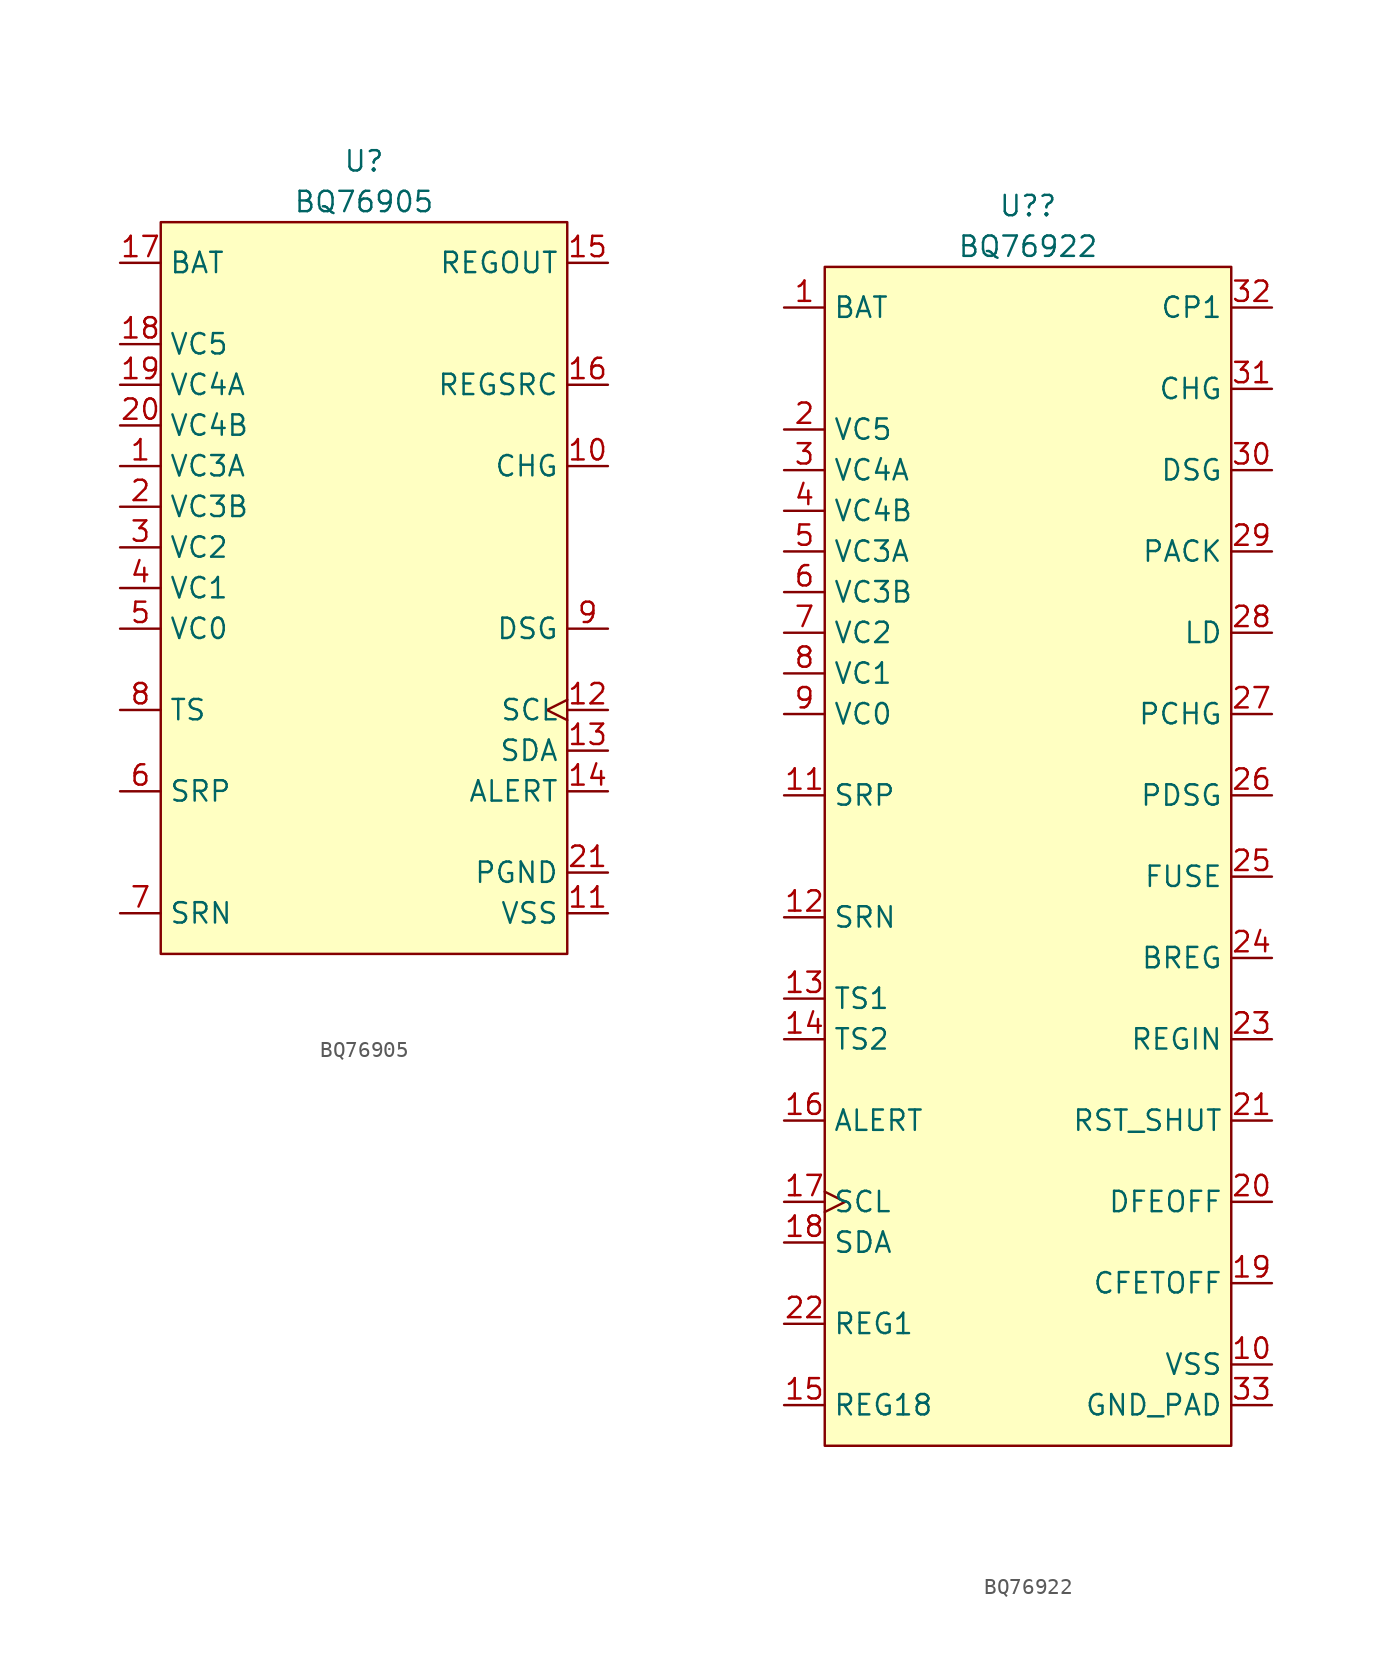
<source format=kicad_sym>
(kicad_symbol_lib
  (version 20241209)
  (generator "kicad_symbol_editor")
  (generator_version "9.0")
  (symbol "BQ76905"
    (property "Reference" "U"
      (at 0 26.67 0)
      (do_not_autoplace)
      (effects (font (size 1.27 1.27))))
    (property "Value" "BQ76905"
      (at 0 24.13 0)
      (do_not_autoplace)
      (effects (font (size 1.27 1.27))))
    (symbol "BQ76905_0_0"
      (pin power_out line (at -15.24 20.32 0) (length 2.54) (name "BAT" (effects (font (size 1.27 1.27)))) (number "17" (effects (font (size 1.27 1.27)))))
      (pin input line (at -15.24 15.24 0) (length 2.54) (name "VC5" (effects (font (size 1.27 1.27)))) (number "18" (effects (font (size 1.27 1.27)))))
      (pin input line (at -15.24 12.7 0) (length 2.54) (name "VC4A" (effects (font (size 1.27 1.27)))) (number "19" (effects (font (size 1.27 1.27)))))
      (pin input line (at -15.24 10.16 0) (length 2.54) (name "VC4B" (effects (font (size 1.27 1.27)))) (number "20" (effects (font (size 1.27 1.27)))))
      (pin input line (at -15.24 7.62 0) (length 2.54) (name "VC3A" (effects (font (size 1.27 1.27)))) (number "1" (effects (font (size 1.27 1.27)))))
      (pin input line (at -15.24 5.08 0) (length 2.54) (name "VC3B" (effects (font (size 1.27 1.27)))) (number "2" (effects (font (size 1.27 1.27)))))
      (pin input line (at -15.24 2.54 0) (length 2.54) (name "VC2" (effects (font (size 1.27 1.27)))) (number "3" (effects (font (size 1.27 1.27)))))
      (pin input line (at -15.24 0 0) (length 2.54) (name "VC1" (effects (font (size 1.27 1.27)))) (number "4" (effects (font (size 1.27 1.27)))))
      (pin input line (at -15.24 -2.54 0) (length 2.54) (name "VC0" (effects (font (size 1.27 1.27)))) (number "5" (effects (font (size 1.27 1.27)))))
      (pin bidirectional line (at -15.24 -7.62 0) (length 2.54) (name "TS" (effects (font (size 1.27 1.27)))) (number "8" (effects (font (size 1.27 1.27)))))
      (pin input line (at -15.24 -12.7 0) (length 2.54) (name "SRP" (effects (font (size 1.27 1.27)))) (number "6" (effects (font (size 1.27 1.27)))))
      (pin input line (at -15.24 -20.32 0) (length 2.54) (name "SRN" (effects (font (size 1.27 1.27)))) (number "7" (effects (font (size 1.27 1.27)))))
      (pin power_out line (at 15.24 20.32 180) (length 2.54) (name "REGOUT" (effects (font (size 1.27 1.27)))) (number "15" (effects (font (size 1.27 1.27)))))
      (pin input line (at 15.24 12.7 180) (length 2.54) (name "REGSRC" (effects (font (size 1.27 1.27)))) (number "16" (effects (font (size 1.27 1.27)))))
      (pin output line (at 15.24 7.62 180) (length 2.54) (name "CHG" (effects (font (size 1.27 1.27)))) (number "10" (effects (font (size 1.27 1.27)))))
      (pin output line (at 15.24 -2.54 180) (length 2.54) (name "DSG" (effects (font (size 1.27 1.27)))) (number "9" (effects (font (size 1.27 1.27)))))
      (pin input clock (at 15.24 -7.62 180) (length 2.54) (name "SCL" (effects (font (size 1.27 1.27)))) (number "12" (effects (font (size 1.27 1.27)))))
      (pin bidirectional line (at 15.24 -10.16 180) (length 2.54) (name "SDA" (effects (font (size 1.27 1.27)))) (number "13" (effects (font (size 1.27 1.27)))))
      (pin output line (at 15.24 -12.7 180) (length 2.54) (name "ALERT" (effects (font (size 1.27 1.27)))) (number "14" (effects (font (size 1.27 1.27)))))
      (pin passive line (at 15.24 -20.32 180) (length 2.54) (name "VSS" (effects (font (size 1.27 1.27)))) (number "11" (effects (font (size 1.27 1.27))))))
    (symbol "BQ76905_1_1"
      (rectangle (start -12.7 22.86) (end 12.7 -22.86) (stroke (width 0) (type default)) (fill (type background)))
      (pin passive line (at 15.24 -17.78 180) (length 2.54) (name "PGND" (effects (font (size 1.27 1.27)))) (number "21" (effects (font (size 1.27 1.27)))))))
  (symbol "BQ76922"
    (property "Reference" "U?"
      (at 0 40.64 0)
      (do_not_autoplace)
      (effects (font (size 1.27 1.27))))
    (property "Value" "BQ76922"
      (at 0 38.1 0)
      (do_not_autoplace)
      (effects (font (size 1.27 1.27))))
    (symbol "BQ76922_0_0"
      (pin power_in line (at -15.24 34.29 0) (length 2.54) (name "BAT" (effects (font (size 1.27 1.27)))) (number "1" (effects (font (size 1.27 1.27)))))
      (pin input line (at -15.24 26.67 0) (length 2.54) (name "VC5" (effects (font (size 1.27 1.27)))) (number "2" (effects (font (size 1.27 1.27)))))
      (pin input line (at -15.24 24.13 0) (length 2.54) (name "VC4A" (effects (font (size 1.27 1.27)))) (number "3" (effects (font (size 1.27 1.27)))))
      (pin input line (at -15.24 21.59 0) (length 2.54) (name "VC4B" (effects (font (size 1.27 1.27)))) (number "4" (effects (font (size 1.27 1.27)))))
      (pin input line (at -15.24 19.05 0) (length 2.54) (name "VC3A" (effects (font (size 1.27 1.27)))) (number "5" (effects (font (size 1.27 1.27)))))
      (pin input line (at -15.24 16.51 0) (length 2.54) (name "VC3B" (effects (font (size 1.27 1.27)))) (number "6" (effects (font (size 1.27 1.27)))))
      (pin input line (at -15.24 13.97 0) (length 2.54) (name "VC2" (effects (font (size 1.27 1.27)))) (number "7" (effects (font (size 1.27 1.27)))))
      (pin input line (at -15.24 11.43 0) (length 2.54) (name "VC1" (effects (font (size 1.27 1.27)))) (number "8" (effects (font (size 1.27 1.27)))))
      (pin input line (at -15.24 8.89 0) (length 2.54) (name "VC0" (effects (font (size 1.27 1.27)))) (number "9" (effects (font (size 1.27 1.27)))))
      (pin input line (at -15.24 3.81 0) (length 2.54) (name "SRP" (effects (font (size 1.27 1.27)))) (number "11" (effects (font (size 1.27 1.27)))))
      (pin input line (at -15.24 -3.81 0) (length 2.54) (name "SRN" (effects (font (size 1.27 1.27)))) (number "12" (effects (font (size 1.27 1.27)))))
      (pin input line (at -15.24 -8.89 0) (length 2.54) (name "TS1" (effects (font (size 1.27 1.27)))) (number "13" (effects (font (size 1.27 1.27)))))
      (pin input line (at -15.24 -11.43 0) (length 2.54) (name "TS2" (effects (font (size 1.27 1.27)))) (number "14" (effects (font (size 1.27 1.27)))))
      (pin input line (at -15.24 -16.51 0) (length 2.54) (name "ALERT" (effects (font (size 1.27 1.27)))) (number "16" (effects (font (size 1.27 1.27)))))
      (pin bidirectional clock (at -15.24 -21.59 0) (length 2.54) (name "SCL" (effects (font (size 1.27 1.27)))) (number "17" (effects (font (size 1.27 1.27)))))
      (pin bidirectional line (at -15.24 -24.13 0) (length 2.54) (name "SDA" (effects (font (size 1.27 1.27)))) (number "18" (effects (font (size 1.27 1.27)))))
      (pin output line (at -15.24 -29.21 0) (length 2.54) (name "REG1" (effects (font (size 1.27 1.27)))) (number "22" (effects (font (size 1.27 1.27)))))
      (pin power_out line (at -15.24 -34.29 0) (length 2.54) (name "REG18" (effects (font (size 1.27 1.27)))) (number "15" (effects (font (size 1.27 1.27)))))
      (pin bidirectional line (at 15.24 34.29 180) (length 2.54) (name "CP1" (effects (font (size 1.27 1.27)))) (number "32" (effects (font (size 1.27 1.27)))))
      (pin output line (at 15.24 29.21 180) (length 2.54) (name "CHG" (effects (font (size 1.27 1.27)))) (number "31" (effects (font (size 1.27 1.27)))))
      (pin output line (at 15.24 24.13 180) (length 2.54) (name "DSG" (effects (font (size 1.27 1.27)))) (number "30" (effects (font (size 1.27 1.27)))))
      (pin input line (at 15.24 19.05 180) (length 2.54) (name "PACK" (effects (font (size 1.27 1.27)))) (number "29" (effects (font (size 1.27 1.27)))))
      (pin bidirectional line (at 15.24 13.97 180) (length 2.54) (name "LD" (effects (font (size 1.27 1.27)))) (number "28" (effects (font (size 1.27 1.27)))))
      (pin output line (at 15.24 8.89 180) (length 2.54) (name "PCHG" (effects (font (size 1.27 1.27)))) (number "27" (effects (font (size 1.27 1.27)))))
      (pin output line (at 15.24 3.81 180) (length 2.54) (name "PDSG" (effects (font (size 1.27 1.27)))) (number "26" (effects (font (size 1.27 1.27)))))
      (pin bidirectional line (at 15.24 -1.27 180) (length 2.54) (name "FUSE" (effects (font (size 1.27 1.27)))) (number "25" (effects (font (size 1.27 1.27)))))
      (pin output line (at 15.24 -6.35 180) (length 2.54) (name "BREG" (effects (font (size 1.27 1.27)))) (number "24" (effects (font (size 1.27 1.27)))))
      (pin input line (at 15.24 -11.43 180) (length 2.54) (name "REGIN" (effects (font (size 1.27 1.27)))) (number "23" (effects (font (size 1.27 1.27)))))
      (pin input line (at 15.24 -16.51 180) (length 2.54) (name "RST_SHUT" (effects (font (size 1.27 1.27)))) (number "21" (effects (font (size 1.27 1.27)))))
      (pin bidirectional line (at 15.24 -21.59 180) (length 2.54) (name "DFEOFF" (effects (font (size 1.27 1.27)))) (number "20" (effects (font (size 1.27 1.27)))))
      (pin bidirectional line (at 15.24 -26.67 180) (length 2.54) (name "CFETOFF" (effects (font (size 1.27 1.27)))) (number "19" (effects (font (size 1.27 1.27)))))
      (pin passive line (at 15.24 -31.75 180) (length 2.54) (name "VSS" (effects (font (size 1.27 1.27)))) (number "10" (effects (font (size 1.27 1.27)))))
      (pin passive line (at 15.24 -34.29 180) (length 2.54) (name "GND_PAD" (effects (font (size 1.27 1.27)))) (number "33" (effects (font (size 1.27 1.27))))))
    (symbol "BQ76922_1_1"
      (rectangle (start -12.7 36.83) (end 12.7 -36.83) (stroke (width 0) (type solid)) (fill (type background))))))
</source>
